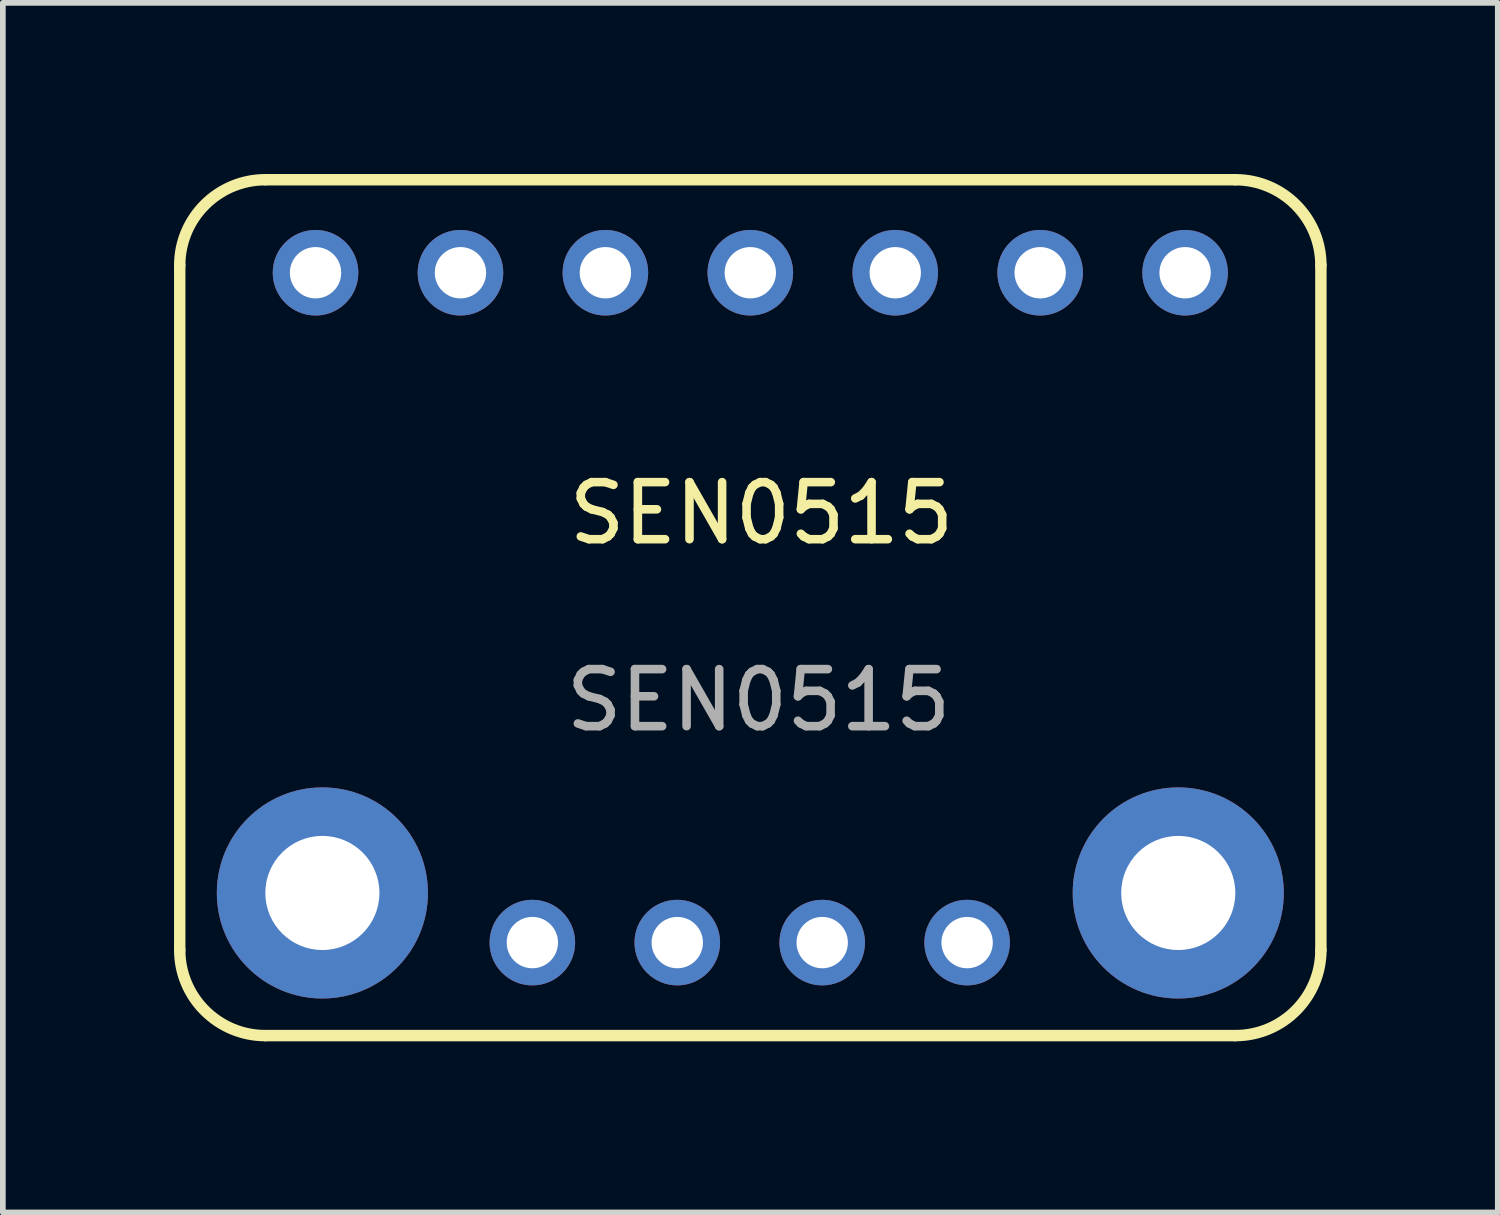
<source format=kicad_pcb>
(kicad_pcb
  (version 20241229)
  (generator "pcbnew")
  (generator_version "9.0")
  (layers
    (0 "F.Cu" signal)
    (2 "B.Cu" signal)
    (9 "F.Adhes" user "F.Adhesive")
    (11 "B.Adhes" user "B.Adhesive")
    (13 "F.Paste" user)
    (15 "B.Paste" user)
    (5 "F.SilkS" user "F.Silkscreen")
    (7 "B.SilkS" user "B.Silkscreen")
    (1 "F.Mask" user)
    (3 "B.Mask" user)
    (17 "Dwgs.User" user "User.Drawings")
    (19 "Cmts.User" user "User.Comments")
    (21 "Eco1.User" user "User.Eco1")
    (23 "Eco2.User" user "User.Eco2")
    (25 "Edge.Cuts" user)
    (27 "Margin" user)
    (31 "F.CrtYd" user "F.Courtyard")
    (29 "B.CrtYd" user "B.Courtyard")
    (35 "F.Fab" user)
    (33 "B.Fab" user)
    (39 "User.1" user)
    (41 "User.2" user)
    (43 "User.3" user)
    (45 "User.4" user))
  (footprint "SEN0515"
    (layer "F.Cu")
    (at 2.6 12.6)
    (property "Reference" "SEN0515" (at 7.696 -6.655 0) (unlocked yes) (layer "F.SilkS") (effects (font (size 1 1) (thickness 0.15))))
    (fp_line (start -2.5 1) (end -2.5 -11) (stroke (width 0.2) (type solid)) (layer "F.SilkS"))
    (fp_line (start -1 2.5) (end 16 2.5) (stroke (width 0.2) (type solid)) (layer "F.SilkS"))
    (fp_line (start 16 -12.5) (end -1 -12.5) (stroke (width 0.2) (type solid)) (layer "F.SilkS"))
    (fp_line (start 17.5 -11) (end 17.5 1) (stroke (width 0.2) (type solid)) (layer "F.SilkS"))
    (fp_arc (start -2.5 -11) (mid -2.060661 -12.060659) (end -1.000002 -12.499998) (stroke (width 0.2) (type solid)) (layer "F.SilkS"))
    (fp_arc (start -1 2.5) (mid -2.060659 2.060661) (end -2.499998 1.000002) (stroke (width 0.2) (type solid)) (layer "F.SilkS"))
    (fp_arc (start 16 -12.5) (mid 17.060659 -12.060661) (end 17.499998 -11.000002) (stroke (width 0.2) (type solid)) (layer "F.SilkS"))
    (fp_arc (start 17.5 1) (mid 17.060661 2.060659) (end 16.000002 2.499998) (stroke (width 0.2) (type solid)) (layer "F.SilkS"))
    (fp_text user "${REFERENCE}" (at 7.645 -3.378 0) (unlocked yes) (layer "F.Fab") (effects (font (size 1 1) (thickness 0.15))))
    (pad "0" thru_hole circle (at 0 0) (size 3.7 3.7) (drill 2) (layers "*.Cu" "*.Mask"))
    (pad "0" thru_hole circle (at 15 0) (size 3.7 3.7) (drill 2) (layers "*.Cu" "*.Mask"))
    (pad "1" thru_hole circle (at -0.12 -10.87) (size 1.5 1.5) (drill 0.9) (layers "*.Cu" "*.Mask"))
    (pad "2" thru_hole circle (at 2.42 -10.87) (size 1.5 1.5) (drill 0.9) (layers "*.Cu" "*.Mask"))
    (pad "3" thru_hole circle (at 4.96 -10.87) (size 1.5 1.5) (drill 0.9) (layers "*.Cu" "*.Mask"))
    (pad "4" thru_hole circle (at 7.5 -10.87) (size 1.5 1.5) (drill 0.9) (layers "*.Cu" "*.Mask"))
    (pad "5" thru_hole circle (at 10.04 -10.87) (size 1.5 1.5) (drill 0.9) (layers "*.Cu" "*.Mask"))
    (pad "6" thru_hole circle (at 12.58 -10.87) (size 1.5 1.5) (drill 0.9) (layers "*.Cu" "*.Mask"))
    (pad "7" thru_hole circle (at 15.12 -10.87) (size 1.5 1.5) (drill 0.9) (layers "*.Cu" "*.Mask"))
    (pad "8" thru_hole circle (at 3.68 0.87) (size 1.5 1.5) (drill 0.9) (layers "*.Cu" "*.Mask"))
    (pad "9" thru_hole circle (at 6.22 0.87) (size 1.5 1.5) (drill 0.9) (layers "*.Cu" "*.Mask"))
    (pad "10" thru_hole circle (at 8.76 0.87) (size 1.5 1.5) (drill 0.9) (layers "*.Cu" "*.Mask"))
    (pad "11" thru_hole circle (at 11.3 0.87) (size 1.5 1.5) (drill 0.9) (layers "*.Cu" "*.Mask")))
  (gr_rect
    (start -3 -3)
    (end 23.2 18.2)
    (stroke (width 0.1) (type default))
    (fill no)
    (layer "Edge.Cuts")))
</source>
